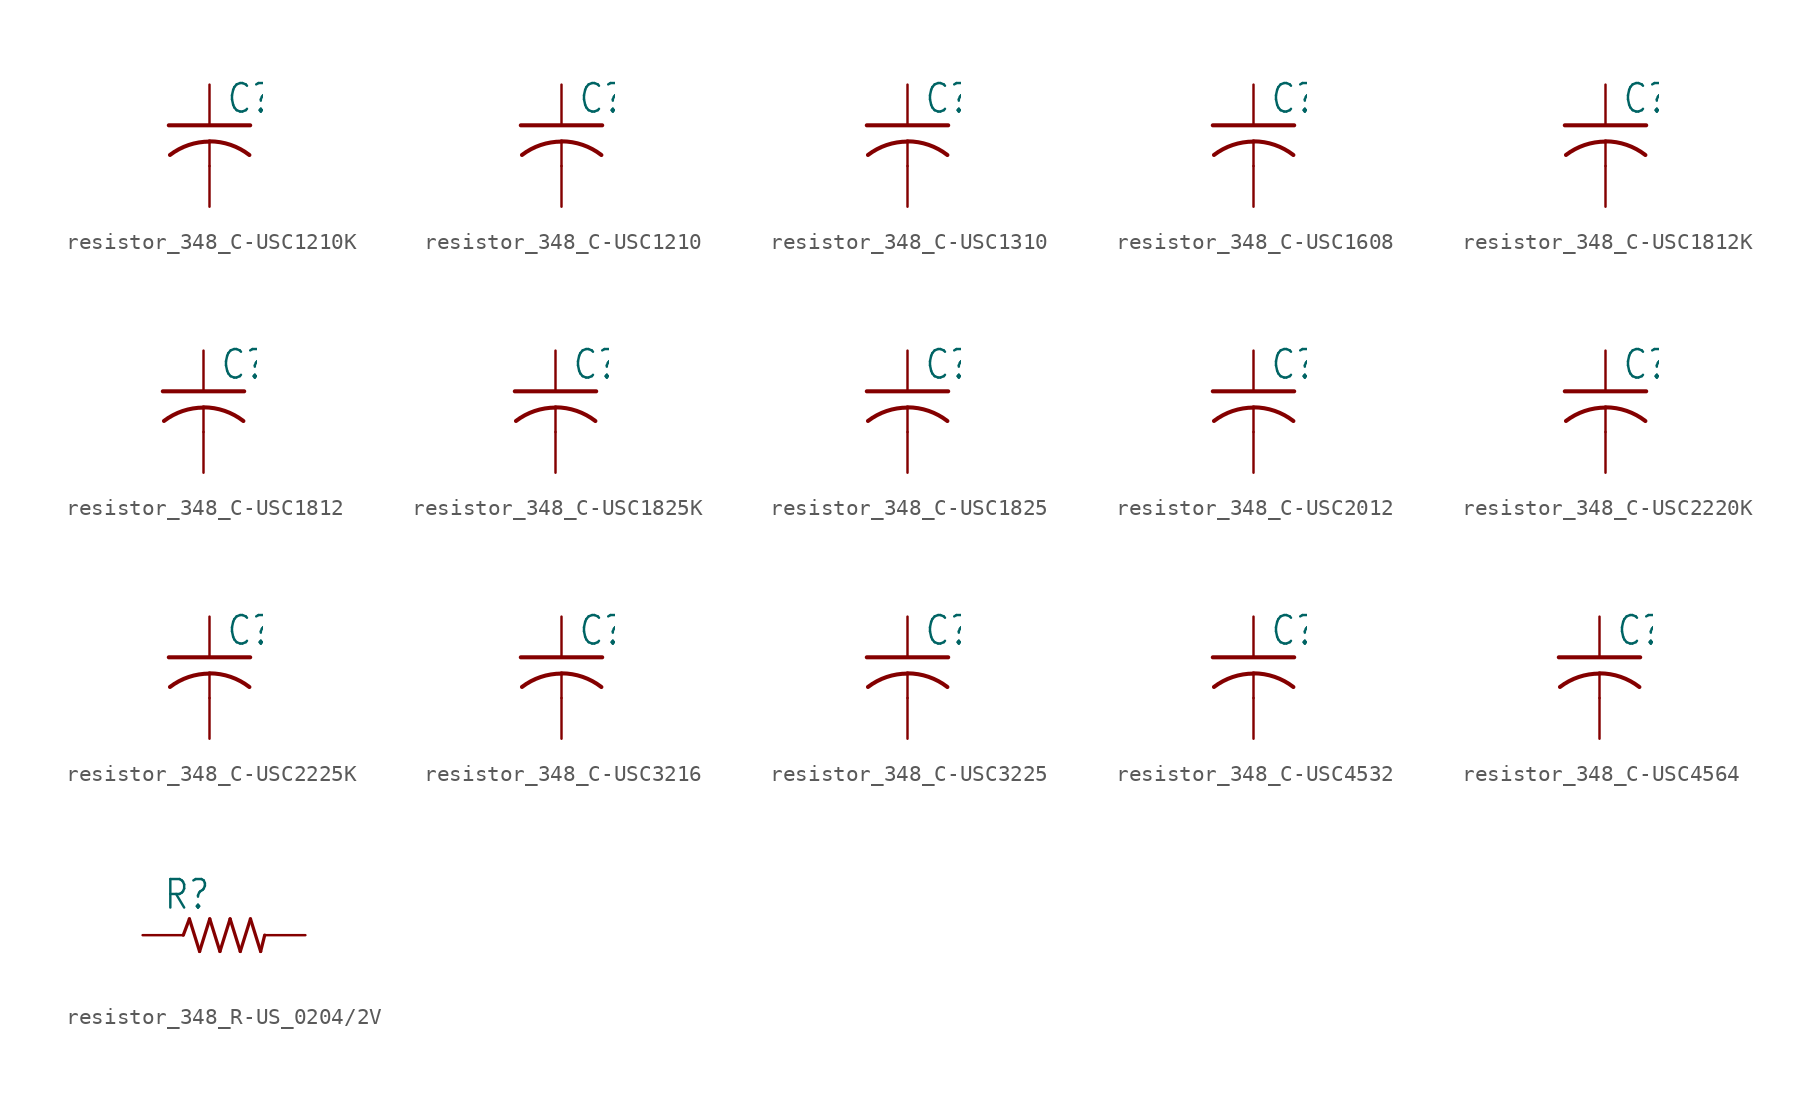
<source format=kicad_sym>
(kicad_symbol_lib
  (version 20241209)
  (generator "kicad_symbol_editor")
  (generator_version "9.0")
  (symbol "resistor_348_C-USC1210K"
    (property "Reference" "C"
      (at 1.016 0.635 0)
      (effects (font (size 1.778 1.511)) (justify left bottom)))
    (property "Value" ""
      (at 1.016 -4.191 0)
      (effects (font (size 1.778 1.511)) (justify left bottom)))
    (property "ki_locked" ""
      (at 0 0 0)
      (effects (font (size 1.27 1.27))))
    (symbol "resistor_348_C-USC1210K_1_0"
      (polyline (pts (xy -2.54 0) (xy 2.54 0)) (stroke (width 0.254) (type solid)) (fill (type none)))
      (polyline (pts (xy 0 -1.016) (xy 0 -2.54)) (stroke (width 0.152) (type solid)) (fill (type none)))
      (arc (start 0 -1) (mid 1.3158 -1.2195) (end 2.4892 -1.8541) (stroke (width 0.254) (type solid)) (fill (type none)))
      (arc (start -2.4668 -1.8504) (mid -1.302 -1.2303) (end 0 -1.0161) (stroke (width 0.254) (type solid)) (fill (type none)))
      (pin passive line (at 0 2.54 270) (length 2.54) (name "1" (effects (font (size 0 0)))) (number "1" (effects (font (size 0 0)))))
      (pin passive line (at 0 -5.08 90) (length 2.54) (name "2" (effects (font (size 0 0)))) (number "2" (effects (font (size 0 0)))))))
  (symbol "resistor_348_C-USC1210"
    (property "Reference" "C"
      (at 1.016 0.635 0)
      (effects (font (size 1.778 1.511)) (justify left bottom)))
    (property "Value" ""
      (at 1.016 -4.191 0)
      (effects (font (size 1.778 1.511)) (justify left bottom)))
    (property "ki_locked" ""
      (at 0 0 0)
      (effects (font (size 1.27 1.27))))
    (symbol "resistor_348_C-USC1210_1_0"
      (polyline (pts (xy -2.54 0) (xy 2.54 0)) (stroke (width 0.254) (type solid)) (fill (type none)))
      (polyline (pts (xy 0 -1.016) (xy 0 -2.54)) (stroke (width 0.152) (type solid)) (fill (type none)))
      (arc (start 0 -1) (mid 1.3158 -1.2195) (end 2.4892 -1.8541) (stroke (width 0.254) (type solid)) (fill (type none)))
      (arc (start -2.4668 -1.8504) (mid -1.302 -1.2303) (end 0 -1.0161) (stroke (width 0.254) (type solid)) (fill (type none)))
      (pin passive line (at 0 2.54 270) (length 2.54) (name "1" (effects (font (size 0 0)))) (number "1" (effects (font (size 0 0)))))
      (pin passive line (at 0 -5.08 90) (length 2.54) (name "2" (effects (font (size 0 0)))) (number "2" (effects (font (size 0 0)))))))
  (symbol "resistor_348_C-USC1310"
    (property "Reference" "C"
      (at 1.016 0.635 0)
      (effects (font (size 1.778 1.511)) (justify left bottom)))
    (property "Value" ""
      (at 1.016 -4.191 0)
      (effects (font (size 1.778 1.511)) (justify left bottom)))
    (property "ki_locked" ""
      (at 0 0 0)
      (effects (font (size 1.27 1.27))))
    (symbol "resistor_348_C-USC1310_1_0"
      (polyline (pts (xy -2.54 0) (xy 2.54 0)) (stroke (width 0.254) (type solid)) (fill (type none)))
      (polyline (pts (xy 0 -1.016) (xy 0 -2.54)) (stroke (width 0.152) (type solid)) (fill (type none)))
      (arc (start 0 -1) (mid 1.3158 -1.2195) (end 2.4892 -1.8541) (stroke (width 0.254) (type solid)) (fill (type none)))
      (arc (start -2.4668 -1.8504) (mid -1.302 -1.2303) (end 0 -1.0161) (stroke (width 0.254) (type solid)) (fill (type none)))
      (pin passive line (at 0 2.54 270) (length 2.54) (name "1" (effects (font (size 0 0)))) (number "1" (effects (font (size 0 0)))))
      (pin passive line (at 0 -5.08 90) (length 2.54) (name "2" (effects (font (size 0 0)))) (number "2" (effects (font (size 0 0)))))))
  (symbol "resistor_348_C-USC1608"
    (property "Reference" "C"
      (at 1.016 0.635 0)
      (effects (font (size 1.778 1.511)) (justify left bottom)))
    (property "Value" ""
      (at 1.016 -4.191 0)
      (effects (font (size 1.778 1.511)) (justify left bottom)))
    (property "ki_locked" ""
      (at 0 0 0)
      (effects (font (size 1.27 1.27))))
    (symbol "resistor_348_C-USC1608_1_0"
      (polyline (pts (xy -2.54 0) (xy 2.54 0)) (stroke (width 0.254) (type solid)) (fill (type none)))
      (polyline (pts (xy 0 -1.016) (xy 0 -2.54)) (stroke (width 0.152) (type solid)) (fill (type none)))
      (arc (start 0 -1) (mid 1.3158 -1.2195) (end 2.4892 -1.8541) (stroke (width 0.254) (type solid)) (fill (type none)))
      (arc (start -2.4668 -1.8504) (mid -1.302 -1.2303) (end 0 -1.0161) (stroke (width 0.254) (type solid)) (fill (type none)))
      (pin passive line (at 0 2.54 270) (length 2.54) (name "1" (effects (font (size 0 0)))) (number "1" (effects (font (size 0 0)))))
      (pin passive line (at 0 -5.08 90) (length 2.54) (name "2" (effects (font (size 0 0)))) (number "2" (effects (font (size 0 0)))))))
  (symbol "resistor_348_C-USC1812K"
    (property "Reference" "C"
      (at 1.016 0.635 0)
      (effects (font (size 1.778 1.511)) (justify left bottom)))
    (property "Value" ""
      (at 1.016 -4.191 0)
      (effects (font (size 1.778 1.511)) (justify left bottom)))
    (property "ki_locked" ""
      (at 0 0 0)
      (effects (font (size 1.27 1.27))))
    (symbol "resistor_348_C-USC1812K_1_0"
      (polyline (pts (xy -2.54 0) (xy 2.54 0)) (stroke (width 0.254) (type solid)) (fill (type none)))
      (polyline (pts (xy 0 -1.016) (xy 0 -2.54)) (stroke (width 0.152) (type solid)) (fill (type none)))
      (arc (start 0 -1) (mid 1.3158 -1.2195) (end 2.4892 -1.8541) (stroke (width 0.254) (type solid)) (fill (type none)))
      (arc (start -2.4668 -1.8504) (mid -1.302 -1.2303) (end 0 -1.0161) (stroke (width 0.254) (type solid)) (fill (type none)))
      (pin passive line (at 0 2.54 270) (length 2.54) (name "1" (effects (font (size 0 0)))) (number "1" (effects (font (size 0 0)))))
      (pin passive line (at 0 -5.08 90) (length 2.54) (name "2" (effects (font (size 0 0)))) (number "2" (effects (font (size 0 0)))))))
  (symbol "resistor_348_C-USC1812"
    (property "Reference" "C"
      (at 1.016 0.635 0)
      (effects (font (size 1.778 1.511)) (justify left bottom)))
    (property "Value" ""
      (at 1.016 -4.191 0)
      (effects (font (size 1.778 1.511)) (justify left bottom)))
    (property "ki_locked" ""
      (at 0 0 0)
      (effects (font (size 1.27 1.27))))
    (symbol "resistor_348_C-USC1812_1_0"
      (polyline (pts (xy -2.54 0) (xy 2.54 0)) (stroke (width 0.254) (type solid)) (fill (type none)))
      (polyline (pts (xy 0 -1.016) (xy 0 -2.54)) (stroke (width 0.152) (type solid)) (fill (type none)))
      (arc (start 0 -1) (mid 1.3158 -1.2195) (end 2.4892 -1.8541) (stroke (width 0.254) (type solid)) (fill (type none)))
      (arc (start -2.4668 -1.8504) (mid -1.302 -1.2303) (end 0 -1.0161) (stroke (width 0.254) (type solid)) (fill (type none)))
      (pin passive line (at 0 2.54 270) (length 2.54) (name "1" (effects (font (size 0 0)))) (number "1" (effects (font (size 0 0)))))
      (pin passive line (at 0 -5.08 90) (length 2.54) (name "2" (effects (font (size 0 0)))) (number "2" (effects (font (size 0 0)))))))
  (symbol "resistor_348_C-USC1825K"
    (property "Reference" "C"
      (at 1.016 0.635 0)
      (effects (font (size 1.778 1.511)) (justify left bottom)))
    (property "Value" ""
      (at 1.016 -4.191 0)
      (effects (font (size 1.778 1.511)) (justify left bottom)))
    (property "ki_locked" ""
      (at 0 0 0)
      (effects (font (size 1.27 1.27))))
    (symbol "resistor_348_C-USC1825K_1_0"
      (polyline (pts (xy -2.54 0) (xy 2.54 0)) (stroke (width 0.254) (type solid)) (fill (type none)))
      (polyline (pts (xy 0 -1.016) (xy 0 -2.54)) (stroke (width 0.152) (type solid)) (fill (type none)))
      (arc (start 0 -1) (mid 1.3158 -1.2195) (end 2.4892 -1.8541) (stroke (width 0.254) (type solid)) (fill (type none)))
      (arc (start -2.4668 -1.8504) (mid -1.302 -1.2303) (end 0 -1.0161) (stroke (width 0.254) (type solid)) (fill (type none)))
      (pin passive line (at 0 2.54 270) (length 2.54) (name "1" (effects (font (size 0 0)))) (number "1" (effects (font (size 0 0)))))
      (pin passive line (at 0 -5.08 90) (length 2.54) (name "2" (effects (font (size 0 0)))) (number "2" (effects (font (size 0 0)))))))
  (symbol "resistor_348_C-USC1825"
    (property "Reference" "C"
      (at 1.016 0.635 0)
      (effects (font (size 1.778 1.511)) (justify left bottom)))
    (property "Value" ""
      (at 1.016 -4.191 0)
      (effects (font (size 1.778 1.511)) (justify left bottom)))
    (property "ki_locked" ""
      (at 0 0 0)
      (effects (font (size 1.27 1.27))))
    (symbol "resistor_348_C-USC1825_1_0"
      (polyline (pts (xy -2.54 0) (xy 2.54 0)) (stroke (width 0.254) (type solid)) (fill (type none)))
      (polyline (pts (xy 0 -1.016) (xy 0 -2.54)) (stroke (width 0.152) (type solid)) (fill (type none)))
      (arc (start 0 -1) (mid 1.3158 -1.2195) (end 2.4892 -1.8541) (stroke (width 0.254) (type solid)) (fill (type none)))
      (arc (start -2.4668 -1.8504) (mid -1.302 -1.2303) (end 0 -1.0161) (stroke (width 0.254) (type solid)) (fill (type none)))
      (pin passive line (at 0 2.54 270) (length 2.54) (name "1" (effects (font (size 0 0)))) (number "1" (effects (font (size 0 0)))))
      (pin passive line (at 0 -5.08 90) (length 2.54) (name "2" (effects (font (size 0 0)))) (number "2" (effects (font (size 0 0)))))))
  (symbol "resistor_348_C-USC2012"
    (property "Reference" "C"
      (at 1.016 0.635 0)
      (effects (font (size 1.778 1.511)) (justify left bottom)))
    (property "Value" ""
      (at 1.016 -4.191 0)
      (effects (font (size 1.778 1.511)) (justify left bottom)))
    (property "ki_locked" ""
      (at 0 0 0)
      (effects (font (size 1.27 1.27))))
    (symbol "resistor_348_C-USC2012_1_0"
      (polyline (pts (xy -2.54 0) (xy 2.54 0)) (stroke (width 0.254) (type solid)) (fill (type none)))
      (polyline (pts (xy 0 -1.016) (xy 0 -2.54)) (stroke (width 0.152) (type solid)) (fill (type none)))
      (arc (start 0 -1) (mid 1.3158 -1.2195) (end 2.4892 -1.8541) (stroke (width 0.254) (type solid)) (fill (type none)))
      (arc (start -2.4668 -1.8504) (mid -1.302 -1.2303) (end 0 -1.0161) (stroke (width 0.254) (type solid)) (fill (type none)))
      (pin passive line (at 0 2.54 270) (length 2.54) (name "1" (effects (font (size 0 0)))) (number "1" (effects (font (size 0 0)))))
      (pin passive line (at 0 -5.08 90) (length 2.54) (name "2" (effects (font (size 0 0)))) (number "2" (effects (font (size 0 0)))))))
  (symbol "resistor_348_C-USC2220K"
    (property "Reference" "C"
      (at 1.016 0.635 0)
      (effects (font (size 1.778 1.511)) (justify left bottom)))
    (property "Value" ""
      (at 1.016 -4.191 0)
      (effects (font (size 1.778 1.511)) (justify left bottom)))
    (property "ki_locked" ""
      (at 0 0 0)
      (effects (font (size 1.27 1.27))))
    (symbol "resistor_348_C-USC2220K_1_0"
      (polyline (pts (xy -2.54 0) (xy 2.54 0)) (stroke (width 0.254) (type solid)) (fill (type none)))
      (polyline (pts (xy 0 -1.016) (xy 0 -2.54)) (stroke (width 0.152) (type solid)) (fill (type none)))
      (arc (start 0 -1) (mid 1.3158 -1.2195) (end 2.4892 -1.8541) (stroke (width 0.254) (type solid)) (fill (type none)))
      (arc (start -2.4668 -1.8504) (mid -1.302 -1.2303) (end 0 -1.0161) (stroke (width 0.254) (type solid)) (fill (type none)))
      (pin passive line (at 0 2.54 270) (length 2.54) (name "1" (effects (font (size 0 0)))) (number "1" (effects (font (size 0 0)))))
      (pin passive line (at 0 -5.08 90) (length 2.54) (name "2" (effects (font (size 0 0)))) (number "2" (effects (font (size 0 0)))))))
  (symbol "resistor_348_C-USC2225K"
    (property "Reference" "C"
      (at 1.016 0.635 0)
      (effects (font (size 1.778 1.511)) (justify left bottom)))
    (property "Value" ""
      (at 1.016 -4.191 0)
      (effects (font (size 1.778 1.511)) (justify left bottom)))
    (property "ki_locked" ""
      (at 0 0 0)
      (effects (font (size 1.27 1.27))))
    (symbol "resistor_348_C-USC2225K_1_0"
      (polyline (pts (xy -2.54 0) (xy 2.54 0)) (stroke (width 0.254) (type solid)) (fill (type none)))
      (polyline (pts (xy 0 -1.016) (xy 0 -2.54)) (stroke (width 0.152) (type solid)) (fill (type none)))
      (arc (start 0 -1) (mid 1.3158 -1.2195) (end 2.4892 -1.8541) (stroke (width 0.254) (type solid)) (fill (type none)))
      (arc (start -2.4668 -1.8504) (mid -1.302 -1.2303) (end 0 -1.0161) (stroke (width 0.254) (type solid)) (fill (type none)))
      (pin passive line (at 0 2.54 270) (length 2.54) (name "1" (effects (font (size 0 0)))) (number "1" (effects (font (size 0 0)))))
      (pin passive line (at 0 -5.08 90) (length 2.54) (name "2" (effects (font (size 0 0)))) (number "2" (effects (font (size 0 0)))))))
  (symbol "resistor_348_C-USC3216"
    (property "Reference" "C"
      (at 1.016 0.635 0)
      (effects (font (size 1.778 1.511)) (justify left bottom)))
    (property "Value" ""
      (at 1.016 -4.191 0)
      (effects (font (size 1.778 1.511)) (justify left bottom)))
    (property "ki_locked" ""
      (at 0 0 0)
      (effects (font (size 1.27 1.27))))
    (symbol "resistor_348_C-USC3216_1_0"
      (polyline (pts (xy -2.54 0) (xy 2.54 0)) (stroke (width 0.254) (type solid)) (fill (type none)))
      (polyline (pts (xy 0 -1.016) (xy 0 -2.54)) (stroke (width 0.152) (type solid)) (fill (type none)))
      (arc (start 0 -1) (mid 1.3158 -1.2195) (end 2.4892 -1.8541) (stroke (width 0.254) (type solid)) (fill (type none)))
      (arc (start -2.4668 -1.8504) (mid -1.302 -1.2303) (end 0 -1.0161) (stroke (width 0.254) (type solid)) (fill (type none)))
      (pin passive line (at 0 2.54 270) (length 2.54) (name "1" (effects (font (size 0 0)))) (number "1" (effects (font (size 0 0)))))
      (pin passive line (at 0 -5.08 90) (length 2.54) (name "2" (effects (font (size 0 0)))) (number "2" (effects (font (size 0 0)))))))
  (symbol "resistor_348_C-USC3225"
    (property "Reference" "C"
      (at 1.016 0.635 0)
      (effects (font (size 1.778 1.511)) (justify left bottom)))
    (property "Value" ""
      (at 1.016 -4.191 0)
      (effects (font (size 1.778 1.511)) (justify left bottom)))
    (property "ki_locked" ""
      (at 0 0 0)
      (effects (font (size 1.27 1.27))))
    (symbol "resistor_348_C-USC3225_1_0"
      (polyline (pts (xy -2.54 0) (xy 2.54 0)) (stroke (width 0.254) (type solid)) (fill (type none)))
      (polyline (pts (xy 0 -1.016) (xy 0 -2.54)) (stroke (width 0.152) (type solid)) (fill (type none)))
      (arc (start 0 -1) (mid 1.3158 -1.2195) (end 2.4892 -1.8541) (stroke (width 0.254) (type solid)) (fill (type none)))
      (arc (start -2.4668 -1.8504) (mid -1.302 -1.2303) (end 0 -1.0161) (stroke (width 0.254) (type solid)) (fill (type none)))
      (pin passive line (at 0 2.54 270) (length 2.54) (name "1" (effects (font (size 0 0)))) (number "1" (effects (font (size 0 0)))))
      (pin passive line (at 0 -5.08 90) (length 2.54) (name "2" (effects (font (size 0 0)))) (number "2" (effects (font (size 0 0)))))))
  (symbol "resistor_348_C-USC4532"
    (property "Reference" "C"
      (at 1.016 0.635 0)
      (effects (font (size 1.778 1.511)) (justify left bottom)))
    (property "Value" ""
      (at 1.016 -4.191 0)
      (effects (font (size 1.778 1.511)) (justify left bottom)))
    (property "ki_locked" ""
      (at 0 0 0)
      (effects (font (size 1.27 1.27))))
    (symbol "resistor_348_C-USC4532_1_0"
      (polyline (pts (xy -2.54 0) (xy 2.54 0)) (stroke (width 0.254) (type solid)) (fill (type none)))
      (polyline (pts (xy 0 -1.016) (xy 0 -2.54)) (stroke (width 0.152) (type solid)) (fill (type none)))
      (arc (start 0 -1) (mid 1.3158 -1.2195) (end 2.4892 -1.8541) (stroke (width 0.254) (type solid)) (fill (type none)))
      (arc (start -2.4668 -1.8504) (mid -1.302 -1.2303) (end 0 -1.0161) (stroke (width 0.254) (type solid)) (fill (type none)))
      (pin passive line (at 0 2.54 270) (length 2.54) (name "1" (effects (font (size 0 0)))) (number "1" (effects (font (size 0 0)))))
      (pin passive line (at 0 -5.08 90) (length 2.54) (name "2" (effects (font (size 0 0)))) (number "2" (effects (font (size 0 0)))))))
  (symbol "resistor_348_C-USC4564"
    (property "Reference" "C"
      (at 1.016 0.635 0)
      (effects (font (size 1.778 1.511)) (justify left bottom)))
    (property "Value" ""
      (at 1.016 -4.191 0)
      (effects (font (size 1.778 1.511)) (justify left bottom)))
    (property "ki_locked" ""
      (at 0 0 0)
      (effects (font (size 1.27 1.27))))
    (symbol "resistor_348_C-USC4564_1_0"
      (polyline (pts (xy -2.54 0) (xy 2.54 0)) (stroke (width 0.254) (type solid)) (fill (type none)))
      (polyline (pts (xy 0 -1.016) (xy 0 -2.54)) (stroke (width 0.152) (type solid)) (fill (type none)))
      (arc (start 0 -1) (mid 1.3158 -1.2195) (end 2.4892 -1.8541) (stroke (width 0.254) (type solid)) (fill (type none)))
      (arc (start -2.4668 -1.8504) (mid -1.302 -1.2303) (end 0 -1.0161) (stroke (width 0.254) (type solid)) (fill (type none)))
      (pin passive line (at 0 2.54 270) (length 2.54) (name "1" (effects (font (size 0 0)))) (number "1" (effects (font (size 0 0)))))
      (pin passive line (at 0 -5.08 90) (length 2.54) (name "2" (effects (font (size 0 0)))) (number "2" (effects (font (size 0 0)))))))
  (symbol "resistor_348_R-US_0204/2V"
    (property "Reference" "R"
      (at -3.81 1.499 0)
      (effects (font (size 1.778 1.511)) (justify left bottom)))
    (property "Value" ""
      (at -3.81 -3.302 0)
      (effects (font (size 1.778 1.511)) (justify left bottom)))
    (property "ki_locked" ""
      (at 0 0 0)
      (effects (font (size 1.27 1.27))))
    (symbol "resistor_348_R-US_0204/2V_1_0"
      (polyline (pts (xy -2.54 0) (xy -2.159 1.016)) (stroke (width 0.203) (type solid)) (fill (type none)))
      (polyline (pts (xy -2.159 1.016) (xy -1.524 -1.016)) (stroke (width 0.203) (type solid)) (fill (type none)))
      (polyline (pts (xy -1.524 -1.016) (xy -0.889 1.016)) (stroke (width 0.203) (type solid)) (fill (type none)))
      (polyline (pts (xy -0.889 1.016) (xy -0.254 -1.016)) (stroke (width 0.203) (type solid)) (fill (type none)))
      (polyline (pts (xy -0.254 -1.016) (xy 0.381 1.016)) (stroke (width 0.203) (type solid)) (fill (type none)))
      (polyline (pts (xy 0.381 1.016) (xy 1.016 -1.016)) (stroke (width 0.203) (type solid)) (fill (type none)))
      (polyline (pts (xy 1.016 -1.016) (xy 1.651 1.016)) (stroke (width 0.203) (type solid)) (fill (type none)))
      (polyline (pts (xy 1.651 1.016) (xy 2.286 -1.016)) (stroke (width 0.203) (type solid)) (fill (type none)))
      (polyline (pts (xy 2.286 -1.016) (xy 2.54 0)) (stroke (width 0.203) (type solid)) (fill (type none)))
      (pin passive line (at -5.08 0 0) (length 2.54) (name "1" (effects (font (size 0 0)))) (number "1" (effects (font (size 0 0)))))
      (pin passive line (at 5.08 0 180) (length 2.54) (name "2" (effects (font (size 0 0)))) (number "2" (effects (font (size 0 0))))))))
</source>
